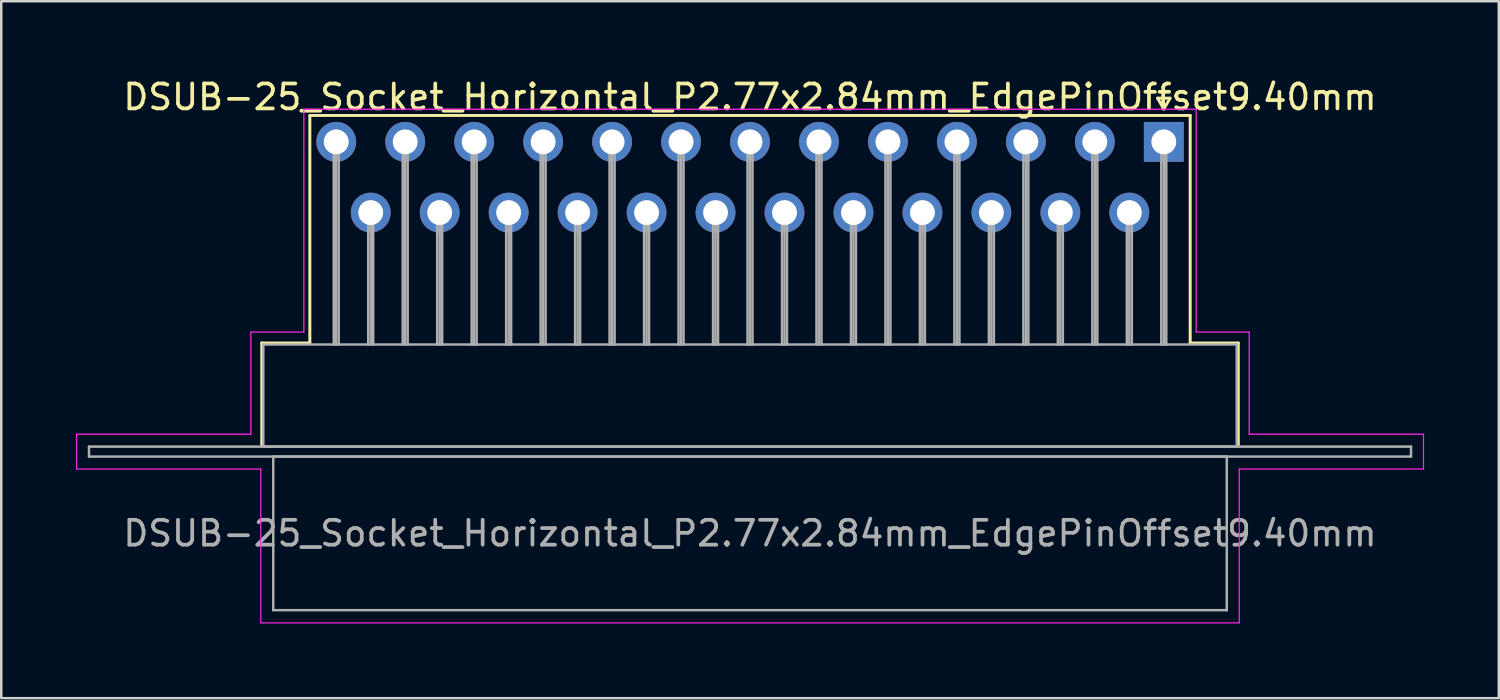
<source format=kicad_pcb>
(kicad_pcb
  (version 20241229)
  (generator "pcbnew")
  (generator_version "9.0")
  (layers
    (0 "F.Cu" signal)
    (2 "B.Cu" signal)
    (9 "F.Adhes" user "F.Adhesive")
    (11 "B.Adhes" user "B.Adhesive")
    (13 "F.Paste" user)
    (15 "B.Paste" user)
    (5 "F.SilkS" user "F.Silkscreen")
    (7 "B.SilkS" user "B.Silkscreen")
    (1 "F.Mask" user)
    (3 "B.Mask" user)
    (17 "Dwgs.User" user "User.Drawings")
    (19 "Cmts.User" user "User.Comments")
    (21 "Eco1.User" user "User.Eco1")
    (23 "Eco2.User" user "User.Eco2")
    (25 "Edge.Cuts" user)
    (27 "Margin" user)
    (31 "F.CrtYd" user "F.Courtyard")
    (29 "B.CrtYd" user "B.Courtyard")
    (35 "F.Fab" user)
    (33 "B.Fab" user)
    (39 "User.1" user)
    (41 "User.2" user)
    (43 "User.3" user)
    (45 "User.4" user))
  (footprint "DSUB-25_Socket_Horizontal_P2.77x2.84mm_EdgePinOffset9.40mm"
    (layer "F.Cu")
    (at 43.695 2.648)
    (property "Reference" "DSUB-25_Socket_Horizontal_P2.77x2.84mm_EdgePinOffset9.40mm" (at -16.62 -1.8 0) (layer "F.SilkS") (effects (font (size 1 1) (thickness 0.15))))
    (attr through_hole)
    (fp_line (start -36.23 8.08) (end -34.3 8.08) (stroke (width 0.12) (type solid)) (layer "F.SilkS"))
    (fp_line (start -36.23 12.18) (end -36.23 8.08) (stroke (width 0.12) (type solid)) (layer "F.SilkS"))
    (fp_line (start -34.3 -1.06) (end 1.06 -1.06) (stroke (width 0.12) (type solid)) (layer "F.SilkS"))
    (fp_line (start -34.3 8.08) (end -34.3 -1.06) (stroke (width 0.12) (type solid)) (layer "F.SilkS"))
    (fp_line (start -0.25 -1.754) (end 0.25 -1.754) (stroke (width 0.12) (type solid)) (layer "F.SilkS"))
    (fp_line (start 0 -1.321) (end -0.25 -1.754) (stroke (width 0.12) (type solid)) (layer "F.SilkS"))
    (fp_line (start 0.25 -1.754) (end 0 -1.321) (stroke (width 0.12) (type solid)) (layer "F.SilkS"))
    (fp_line (start 1.06 -1.06) (end 1.06 8.08) (stroke (width 0.12) (type solid)) (layer "F.SilkS"))
    (fp_line (start 1.06 8.08) (end 2.99 8.08) (stroke (width 0.12) (type solid)) (layer "F.SilkS"))
    (fp_line (start 2.99 8.08) (end 2.99 12.18) (stroke (width 0.12) (type solid)) (layer "F.SilkS"))
    (fp_line (start -43.67 11.74) (end -36.67 11.74) (stroke (width 0.05) (type solid)) (layer "F.CrtYd"))
    (fp_line (start -43.67 13.14) (end -43.67 11.74) (stroke (width 0.05) (type solid)) (layer "F.CrtYd"))
    (fp_line (start -36.67 7.64) (end -34.54 7.64) (stroke (width 0.05) (type solid)) (layer "F.CrtYd"))
    (fp_line (start -36.67 11.74) (end -36.67 7.64) (stroke (width 0.05) (type solid)) (layer "F.CrtYd"))
    (fp_line (start -36.27 13.14) (end -43.67 13.14) (stroke (width 0.05) (type solid)) (layer "F.CrtYd"))
    (fp_line (start -36.27 19.32) (end -36.27 13.14) (stroke (width 0.05) (type solid)) (layer "F.CrtYd"))
    (fp_line (start -34.54 -1.31) (end 1.3 -1.31) (stroke (width 0.05) (type solid)) (layer "F.CrtYd"))
    (fp_line (start -34.54 7.64) (end -34.54 -1.31) (stroke (width 0.05) (type solid)) (layer "F.CrtYd"))
    (fp_line (start 1.3 -1.31) (end 1.3 7.64) (stroke (width 0.05) (type solid)) (layer "F.CrtYd"))
    (fp_line (start 1.3 7.64) (end 3.43 7.64) (stroke (width 0.05) (type solid)) (layer "F.CrtYd"))
    (fp_line (start 3.03 13.14) (end 3.03 19.32) (stroke (width 0.05) (type solid)) (layer "F.CrtYd"))
    (fp_line (start 3.03 19.32) (end -36.27 19.32) (stroke (width 0.05) (type solid)) (layer "F.CrtYd"))
    (fp_line (start 3.43 7.64) (end 3.43 11.74) (stroke (width 0.05) (type solid)) (layer "F.CrtYd"))
    (fp_line (start 3.43 11.74) (end 10.43 11.74) (stroke (width 0.05) (type solid)) (layer "F.CrtYd"))
    (fp_line (start 10.43 11.74) (end 10.43 13.14) (stroke (width 0.05) (type solid)) (layer "F.CrtYd"))
    (fp_line (start 10.43 13.14) (end 3.03 13.14) (stroke (width 0.05) (type solid)) (layer "F.CrtYd"))
    (fp_line (start -43.17 12.24) (end -43.17 12.64) (stroke (width 0.1) (type solid)) (layer "F.Fab"))
    (fp_line (start -43.17 12.64) (end 9.93 12.64) (stroke (width 0.1) (type solid)) (layer "F.Fab"))
    (fp_line (start -36.17 8.14) (end -36.17 12.24) (stroke (width 0.1) (type solid)) (layer "F.Fab"))
    (fp_line (start -36.17 12.24) (end 2.93 12.24) (stroke (width 0.1) (type solid)) (layer "F.Fab"))
    (fp_line (start -35.77 12.64) (end -35.77 18.81) (stroke (width 0.1) (type solid)) (layer "F.Fab"))
    (fp_line (start -35.77 18.81) (end 2.53 18.81) (stroke (width 0.1) (type solid)) (layer "F.Fab"))
    (fp_line (start -33.34 0) (end -33.34 8.14) (stroke (width 0.1) (type solid)) (layer "F.Fab"))
    (fp_line (start -33.24 0) (end -33.24 8.14) (stroke (width 0.1) (type solid)) (layer "F.Fab"))
    (fp_line (start -33.14 0) (end -33.14 8.14) (stroke (width 0.1) (type solid)) (layer "F.Fab"))
    (fp_line (start -31.955 2.84) (end -31.955 8.14) (stroke (width 0.1) (type solid)) (layer "F.Fab"))
    (fp_line (start -31.855 2.84) (end -31.855 8.14) (stroke (width 0.1) (type solid)) (layer "F.Fab"))
    (fp_line (start -31.755 2.84) (end -31.755 8.14) (stroke (width 0.1) (type solid)) (layer "F.Fab"))
    (fp_line (start -30.57 0) (end -30.57 8.14) (stroke (width 0.1) (type solid)) (layer "F.Fab"))
    (fp_line (start -30.47 0) (end -30.47 8.14) (stroke (width 0.1) (type solid)) (layer "F.Fab"))
    (fp_line (start -30.37 0) (end -30.37 8.14) (stroke (width 0.1) (type solid)) (layer "F.Fab"))
    (fp_line (start -29.185 2.84) (end -29.185 8.14) (stroke (width 0.1) (type solid)) (layer "F.Fab"))
    (fp_line (start -29.085 2.84) (end -29.085 8.14) (stroke (width 0.1) (type solid)) (layer "F.Fab"))
    (fp_line (start -28.985 2.84) (end -28.985 8.14) (stroke (width 0.1) (type solid)) (layer "F.Fab"))
    (fp_line (start -27.8 0) (end -27.8 8.14) (stroke (width 0.1) (type solid)) (layer "F.Fab"))
    (fp_line (start -27.7 0) (end -27.7 8.14) (stroke (width 0.1) (type solid)) (layer "F.Fab"))
    (fp_line (start -27.6 0) (end -27.6 8.14) (stroke (width 0.1) (type solid)) (layer "F.Fab"))
    (fp_line (start -26.415 2.84) (end -26.415 8.14) (stroke (width 0.1) (type solid)) (layer "F.Fab"))
    (fp_line (start -26.315 2.84) (end -26.315 8.14) (stroke (width 0.1) (type solid)) (layer "F.Fab"))
    (fp_line (start -26.215 2.84) (end -26.215 8.14) (stroke (width 0.1) (type solid)) (layer "F.Fab"))
    (fp_line (start -25.03 0) (end -25.03 8.14) (stroke (width 0.1) (type solid)) (layer "F.Fab"))
    (fp_line (start -24.93 0) (end -24.93 8.14) (stroke (width 0.1) (type solid)) (layer "F.Fab"))
    (fp_line (start -24.83 0) (end -24.83 8.14) (stroke (width 0.1) (type solid)) (layer "F.Fab"))
    (fp_line (start -23.645 2.84) (end -23.645 8.14) (stroke (width 0.1) (type solid)) (layer "F.Fab"))
    (fp_line (start -23.545 2.84) (end -23.545 8.14) (stroke (width 0.1) (type solid)) (layer "F.Fab"))
    (fp_line (start -23.445 2.84) (end -23.445 8.14) (stroke (width 0.1) (type solid)) (layer "F.Fab"))
    (fp_line (start -22.26 0) (end -22.26 8.14) (stroke (width 0.1) (type solid)) (layer "F.Fab"))
    (fp_line (start -22.16 0) (end -22.16 8.14) (stroke (width 0.1) (type solid)) (layer "F.Fab"))
    (fp_line (start -22.06 0) (end -22.06 8.14) (stroke (width 0.1) (type solid)) (layer "F.Fab"))
    (fp_line (start -20.875 2.84) (end -20.875 8.14) (stroke (width 0.1) (type solid)) (layer "F.Fab"))
    (fp_line (start -20.775 2.84) (end -20.775 8.14) (stroke (width 0.1) (type solid)) (layer "F.Fab"))
    (fp_line (start -20.675 2.84) (end -20.675 8.14) (stroke (width 0.1) (type solid)) (layer "F.Fab"))
    (fp_line (start -19.49 0) (end -19.49 8.14) (stroke (width 0.1) (type solid)) (layer "F.Fab"))
    (fp_line (start -19.39 0) (end -19.39 8.14) (stroke (width 0.1) (type solid)) (layer "F.Fab"))
    (fp_line (start -19.29 0) (end -19.29 8.14) (stroke (width 0.1) (type solid)) (layer "F.Fab"))
    (fp_line (start -18.105 2.84) (end -18.105 8.14) (stroke (width 0.1) (type solid)) (layer "F.Fab"))
    (fp_line (start -18.005 2.84) (end -18.005 8.14) (stroke (width 0.1) (type solid)) (layer "F.Fab"))
    (fp_line (start -17.905 2.84) (end -17.905 8.14) (stroke (width 0.1) (type solid)) (layer "F.Fab"))
    (fp_line (start -16.72 0) (end -16.72 8.14) (stroke (width 0.1) (type solid)) (layer "F.Fab"))
    (fp_line (start -16.62 0) (end -16.62 8.14) (stroke (width 0.1) (type solid)) (layer "F.Fab"))
    (fp_line (start -16.52 0) (end -16.52 8.14) (stroke (width 0.1) (type solid)) (layer "F.Fab"))
    (fp_line (start -15.335 2.84) (end -15.335 8.14) (stroke (width 0.1) (type solid)) (layer "F.Fab"))
    (fp_line (start -15.235 2.84) (end -15.235 8.14) (stroke (width 0.1) (type solid)) (layer "F.Fab"))
    (fp_line (start -15.135 2.84) (end -15.135 8.14) (stroke (width 0.1) (type solid)) (layer "F.Fab"))
    (fp_line (start -13.95 0) (end -13.95 8.14) (stroke (width 0.1) (type solid)) (layer "F.Fab"))
    (fp_line (start -13.85 0) (end -13.85 8.14) (stroke (width 0.1) (type solid)) (layer "F.Fab"))
    (fp_line (start -13.75 0) (end -13.75 8.14) (stroke (width 0.1) (type solid)) (layer "F.Fab"))
    (fp_line (start -12.565 2.84) (end -12.565 8.14) (stroke (width 0.1) (type solid)) (layer "F.Fab"))
    (fp_line (start -12.465 2.84) (end -12.465 8.14) (stroke (width 0.1) (type solid)) (layer "F.Fab"))
    (fp_line (start -12.365 2.84) (end -12.365 8.14) (stroke (width 0.1) (type solid)) (layer "F.Fab"))
    (fp_line (start -11.18 0) (end -11.18 8.14) (stroke (width 0.1) (type solid)) (layer "F.Fab"))
    (fp_line (start -11.08 0) (end -11.08 8.14) (stroke (width 0.1) (type solid)) (layer "F.Fab"))
    (fp_line (start -10.98 0) (end -10.98 8.14) (stroke (width 0.1) (type solid)) (layer "F.Fab"))
    (fp_line (start -9.795 2.84) (end -9.795 8.14) (stroke (width 0.1) (type solid)) (layer "F.Fab"))
    (fp_line (start -9.695 2.84) (end -9.695 8.14) (stroke (width 0.1) (type solid)) (layer "F.Fab"))
    (fp_line (start -9.595 2.84) (end -9.595 8.14) (stroke (width 0.1) (type solid)) (layer "F.Fab"))
    (fp_line (start -8.41 0) (end -8.41 8.14) (stroke (width 0.1) (type solid)) (layer "F.Fab"))
    (fp_line (start -8.31 0) (end -8.31 8.14) (stroke (width 0.1) (type solid)) (layer "F.Fab"))
    (fp_line (start -8.21 0) (end -8.21 8.14) (stroke (width 0.1) (type solid)) (layer "F.Fab"))
    (fp_line (start -7.025 2.84) (end -7.025 8.14) (stroke (width 0.1) (type solid)) (layer "F.Fab"))
    (fp_line (start -6.925 2.84) (end -6.925 8.14) (stroke (width 0.1) (type solid)) (layer "F.Fab"))
    (fp_line (start -6.825 2.84) (end -6.825 8.14) (stroke (width 0.1) (type solid)) (layer "F.Fab"))
    (fp_line (start -5.64 0) (end -5.64 8.14) (stroke (width 0.1) (type solid)) (layer "F.Fab"))
    (fp_line (start -5.54 0) (end -5.54 8.14) (stroke (width 0.1) (type solid)) (layer "F.Fab"))
    (fp_line (start -5.44 0) (end -5.44 8.14) (stroke (width 0.1) (type solid)) (layer "F.Fab"))
    (fp_line (start -4.255 2.84) (end -4.255 8.14) (stroke (width 0.1) (type solid)) (layer "F.Fab"))
    (fp_line (start -4.155 2.84) (end -4.155 8.14) (stroke (width 0.1) (type solid)) (layer "F.Fab"))
    (fp_line (start -4.055 2.84) (end -4.055 8.14) (stroke (width 0.1) (type solid)) (layer "F.Fab"))
    (fp_line (start -2.87 0) (end -2.87 8.14) (stroke (width 0.1) (type solid)) (layer "F.Fab"))
    (fp_line (start -2.77 0) (end -2.77 8.14) (stroke (width 0.1) (type solid)) (layer "F.Fab"))
    (fp_line (start -2.67 0) (end -2.67 8.14) (stroke (width 0.1) (type solid)) (layer "F.Fab"))
    (fp_line (start -1.485 2.84) (end -1.485 8.14) (stroke (width 0.1) (type solid)) (layer "F.Fab"))
    (fp_line (start -1.385 2.84) (end -1.385 8.14) (stroke (width 0.1) (type solid)) (layer "F.Fab"))
    (fp_line (start -1.285 2.84) (end -1.285 8.14) (stroke (width 0.1) (type solid)) (layer "F.Fab"))
    (fp_line (start -0.1 0) (end -0.1 8.14) (stroke (width 0.1) (type solid)) (layer "F.Fab"))
    (fp_line (start 0 0) (end 0 8.14) (stroke (width 0.1) (type solid)) (layer "F.Fab"))
    (fp_line (start 0.1 0) (end 0.1 8.14) (stroke (width 0.1) (type solid)) (layer "F.Fab"))
    (fp_line (start 2.53 12.64) (end -35.77 12.64) (stroke (width 0.1) (type solid)) (layer "F.Fab"))
    (fp_line (start 2.53 18.81) (end 2.53 12.64) (stroke (width 0.1) (type solid)) (layer "F.Fab"))
    (fp_line (start 2.93 8.14) (end -36.17 8.14) (stroke (width 0.1) (type solid)) (layer "F.Fab"))
    (fp_line (start 2.93 12.24) (end 2.93 8.14) (stroke (width 0.1) (type solid)) (layer "F.Fab"))
    (fp_line (start 9.93 12.24) (end -43.17 12.24) (stroke (width 0.1) (type solid)) (layer "F.Fab"))
    (fp_line (start 9.93 12.64) (end 9.93 12.24) (stroke (width 0.1) (type solid)) (layer "F.Fab"))
    (fp_text user "${REFERENCE}" (at -16.62 15.725 0) (layer "F.Fab") (effects (font (size 1 1) (thickness 0.15))))
    (pad "1" thru_hole rect (at 0 0) (size 1.6 1.6) (drill 1) (layers "*.Cu" "*.Mask"))
    (pad "2" thru_hole circle (at -2.77 0) (size 1.6 1.6) (drill 1) (layers "*.Cu" "*.Mask"))
    (pad "3" thru_hole circle (at -5.54 0) (size 1.6 1.6) (drill 1) (layers "*.Cu" "*.Mask"))
    (pad "4" thru_hole circle (at -8.31 0) (size 1.6 1.6) (drill 1) (layers "*.Cu" "*.Mask"))
    (pad "5" thru_hole circle (at -11.08 0) (size 1.6 1.6) (drill 1) (layers "*.Cu" "*.Mask"))
    (pad "6" thru_hole circle (at -13.85 0) (size 1.6 1.6) (drill 1) (layers "*.Cu" "*.Mask"))
    (pad "7" thru_hole circle (at -16.62 0) (size 1.6 1.6) (drill 1) (layers "*.Cu" "*.Mask"))
    (pad "8" thru_hole circle (at -19.39 0) (size 1.6 1.6) (drill 1) (layers "*.Cu" "*.Mask"))
    (pad "9" thru_hole circle (at -22.16 0) (size 1.6 1.6) (drill 1) (layers "*.Cu" "*.Mask"))
    (pad "10" thru_hole circle (at -24.93 0) (size 1.6 1.6) (drill 1) (layers "*.Cu" "*.Mask"))
    (pad "11" thru_hole circle (at -27.7 0) (size 1.6 1.6) (drill 1) (layers "*.Cu" "*.Mask"))
    (pad "12" thru_hole circle (at -30.47 0) (size 1.6 1.6) (drill 1) (layers "*.Cu" "*.Mask"))
    (pad "13" thru_hole circle (at -33.24 0) (size 1.6 1.6) (drill 1) (layers "*.Cu" "*.Mask"))
    (pad "14" thru_hole circle (at -1.385 2.84) (size 1.6 1.6) (drill 1) (layers "*.Cu" "*.Mask"))
    (pad "15" thru_hole circle (at -4.155 2.84) (size 1.6 1.6) (drill 1) (layers "*.Cu" "*.Mask"))
    (pad "16" thru_hole circle (at -6.925 2.84) (size 1.6 1.6) (drill 1) (layers "*.Cu" "*.Mask"))
    (pad "17" thru_hole circle (at -9.695 2.84) (size 1.6 1.6) (drill 1) (layers "*.Cu" "*.Mask"))
    (pad "18" thru_hole circle (at -12.465 2.84) (size 1.6 1.6) (drill 1) (layers "*.Cu" "*.Mask"))
    (pad "19" thru_hole circle (at -15.235 2.84) (size 1.6 1.6) (drill 1) (layers "*.Cu" "*.Mask"))
    (pad "20" thru_hole circle (at -18.005 2.84) (size 1.6 1.6) (drill 1) (layers "*.Cu" "*.Mask"))
    (pad "21" thru_hole circle (at -20.775 2.84) (size 1.6 1.6) (drill 1) (layers "*.Cu" "*.Mask"))
    (pad "22" thru_hole circle (at -23.545 2.84) (size 1.6 1.6) (drill 1) (layers "*.Cu" "*.Mask"))
    (pad "23" thru_hole circle (at -26.315 2.84) (size 1.6 1.6) (drill 1) (layers "*.Cu" "*.Mask"))
    (pad "24" thru_hole circle (at -29.085 2.84) (size 1.6 1.6) (drill 1) (layers "*.Cu" "*.Mask"))
    (pad "25" thru_hole circle (at -31.855 2.84) (size 1.6 1.6) (drill 1) (layers "*.Cu" "*.Mask")))
  (gr_rect
    (start -3 -3)
    (end 57.15 24.993)
    (stroke (width 0.1) (type default))
    (fill no)
    (layer "Edge.Cuts")))
</source>
